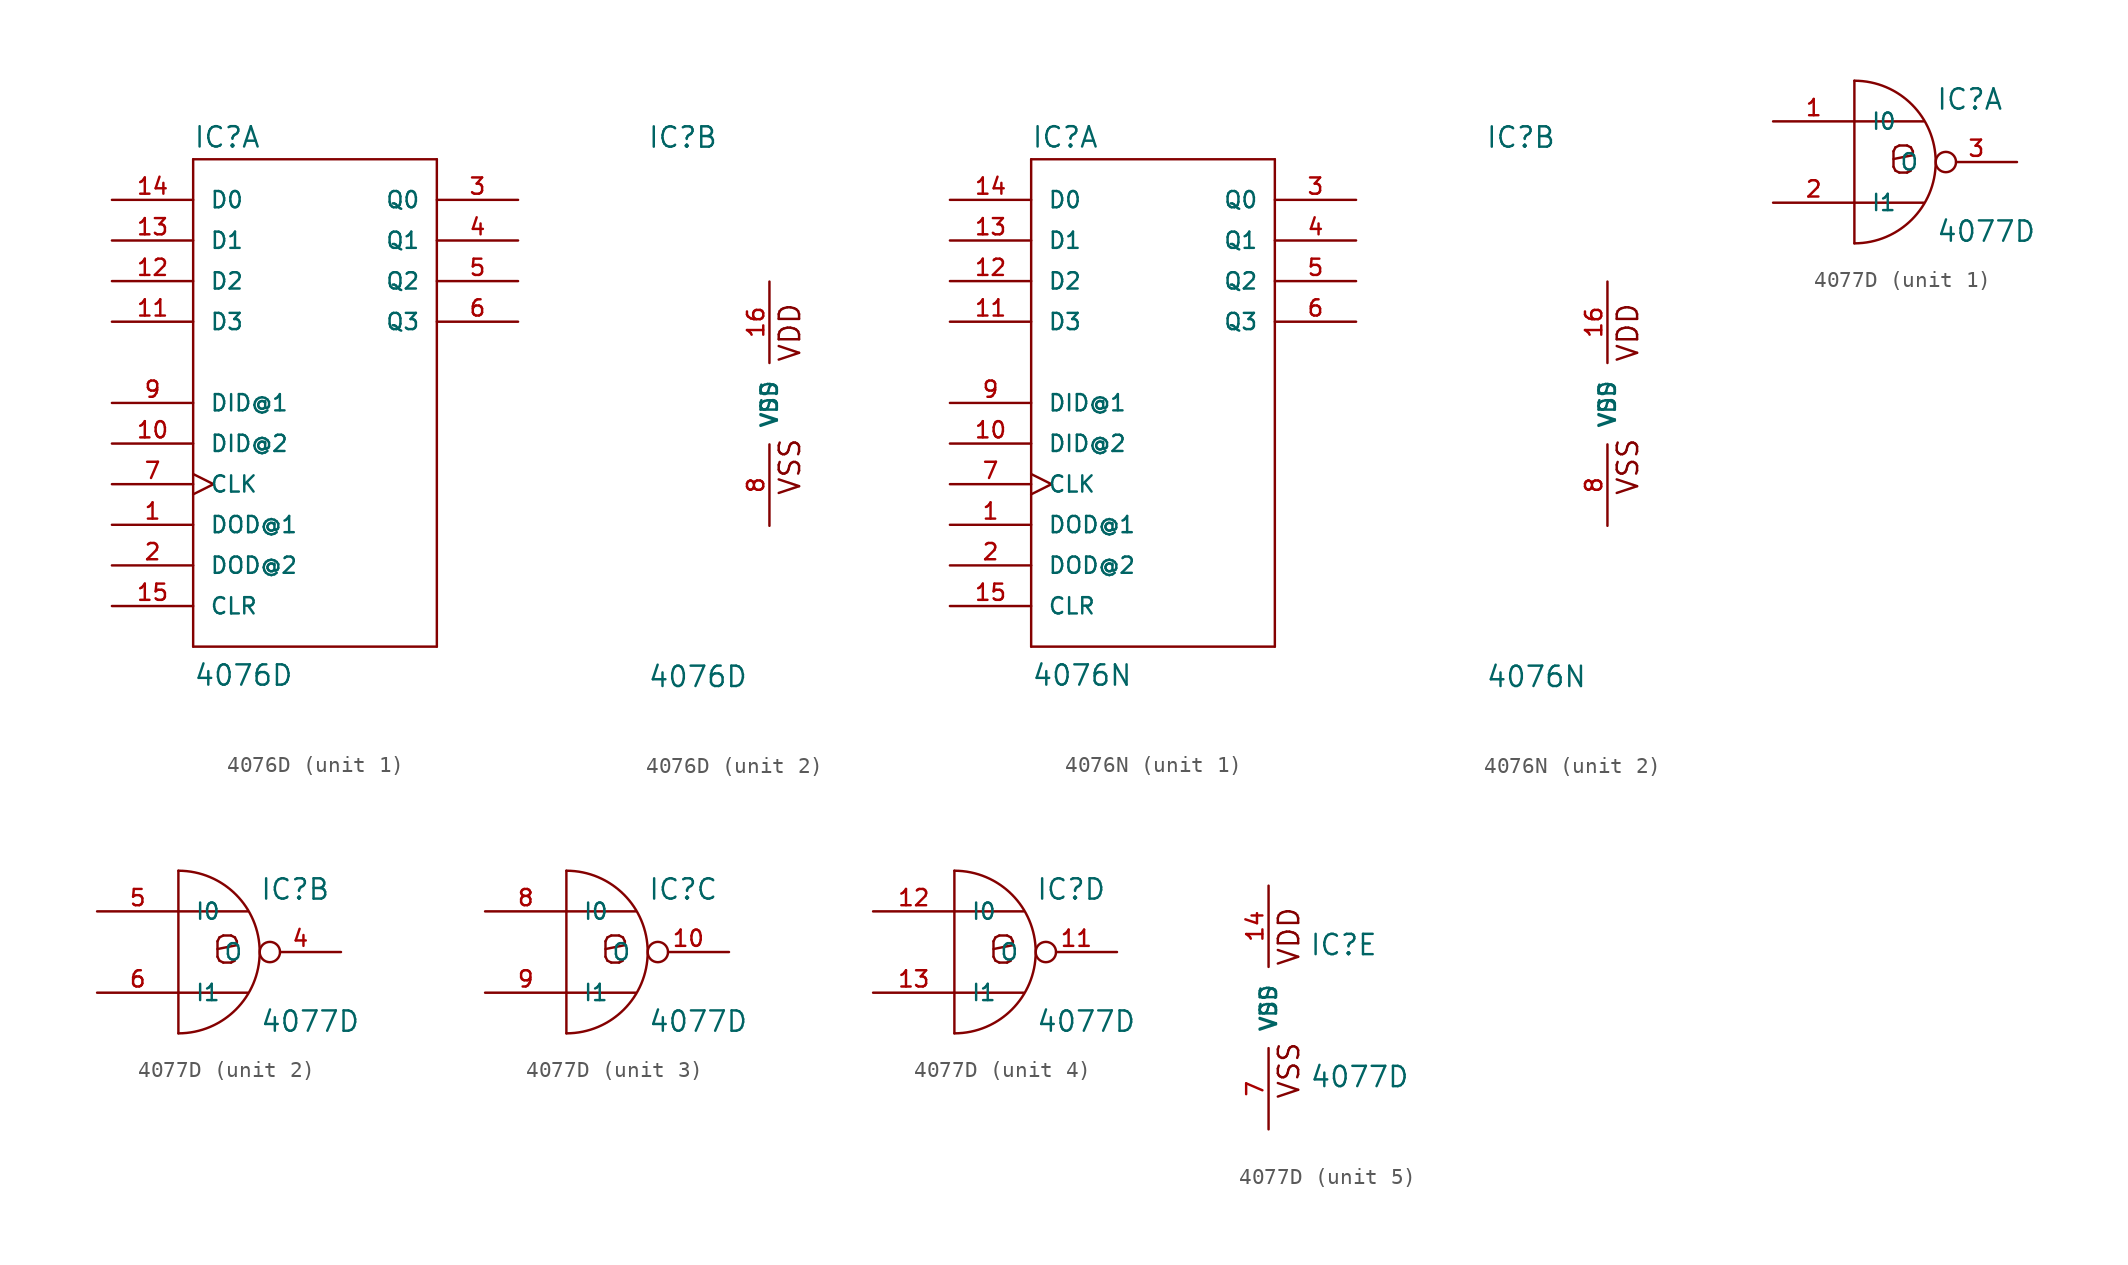
<source format=kicad_sym>
(kicad_symbol_lib
  (version 20211014)
  (generator kicad_symbol_editor)
  (symbol "4076D"
    (pin_names
      (offset 1.016))
    (property "Reference" "IC"
      (at -7.62 15.875 0)
      (effects (font (size 1.27 1.27)) (justify left bottom)))
    (property "Value" "4076D"
      (at -7.62 -17.78 0)
      (effects (font (size 1.27 1.27)) (justify left bottom)))
    (property "ki_locked" ""
      (at 0 0 0)
      (effects (font (size 1.27 1.27))))
    (symbol "4076D_1_0"
      (polyline (pts (xy -7.62 -15.24) (xy 7.62 -15.24)) (stroke (width 0) (type default) (color 0 0 0 0)) (fill (type none)))
      (polyline (pts (xy -7.62 15.24) (xy -7.62 -15.24)) (stroke (width 0) (type default) (color 0 0 0 0)) (fill (type none)))
      (polyline (pts (xy 7.62 -15.24) (xy 7.62 15.24)) (stroke (width 0) (type default) (color 0 0 0 0)) (fill (type none)))
      (polyline (pts (xy 7.62 15.24) (xy -7.62 15.24)) (stroke (width 0) (type default) (color 0 0 0 0)) (fill (type none))))
    (symbol "4076D_1_1"
      (pin input line (at -12.7 -7.62 0) (length 5.08) (name "DOD@1" (effects (font (size 1.016 1.016)))) (number "1" (effects (font (size 1.016 1.016)))))
      (pin input line (at -12.7 -2.54 0) (length 5.08) (name "DID@2" (effects (font (size 1.016 1.016)))) (number "10" (effects (font (size 1.016 1.016)))))
      (pin input line (at -12.7 5.08 0) (length 5.08) (name "D3" (effects (font (size 1.016 1.016)))) (number "11" (effects (font (size 1.016 1.016)))))
      (pin input line (at -12.7 7.62 0) (length 5.08) (name "D2" (effects (font (size 1.016 1.016)))) (number "12" (effects (font (size 1.016 1.016)))))
      (pin input line (at -12.7 10.16 0) (length 5.08) (name "D1" (effects (font (size 1.016 1.016)))) (number "13" (effects (font (size 1.016 1.016)))))
      (pin input line (at -12.7 12.7 0) (length 5.08) (name "D0" (effects (font (size 1.016 1.016)))) (number "14" (effects (font (size 1.016 1.016)))))
      (pin input line (at -12.7 -12.7 0) (length 5.08) (name "CLR" (effects (font (size 1.016 1.016)))) (number "15" (effects (font (size 1.016 1.016)))))
      (pin input line (at -12.7 -10.16 0) (length 5.08) (name "DOD@2" (effects (font (size 1.016 1.016)))) (number "2" (effects (font (size 1.016 1.016)))))
      (pin output line (at 12.7 12.7 180) (length 5.08) (name "Q0" (effects (font (size 1.016 1.016)))) (number "3" (effects (font (size 1.016 1.016)))))
      (pin output line (at 12.7 10.16 180) (length 5.08) (name "Q1" (effects (font (size 1.016 1.016)))) (number "4" (effects (font (size 1.016 1.016)))))
      (pin output line (at 12.7 7.62 180) (length 5.08) (name "Q2" (effects (font (size 1.016 1.016)))) (number "5" (effects (font (size 1.016 1.016)))))
      (pin output line (at 12.7 5.08 180) (length 5.08) (name "Q3" (effects (font (size 1.016 1.016)))) (number "6" (effects (font (size 1.016 1.016)))))
      (pin input clock (at -12.7 -5.08 0) (length 5.08) (name "CLK" (effects (font (size 1.016 1.016)))) (number "7" (effects (font (size 1.016 1.016)))))
      (pin input line (at -12.7 0 0) (length 5.08) (name "DID@1" (effects (font (size 1.016 1.016)))) (number "9" (effects (font (size 1.016 1.016))))))
    (symbol "4076D_2_0"
      (text "VDD" (at 1.27 4.445 1) (effects (font (size 1.27 1.27))))
      (text "VSS" (at 1.27 -3.937 1) (effects (font (size 1.27 1.27)))))
    (symbol "4076D_2_1"
      (pin power_in line (at 0 7.62 270) (length 5.08) (name "VDD" (effects (font (size 1.016 1.016)))) (number "16" (effects (font (size 1.016 1.016)))))
      (pin power_in line (at 0 -7.62 90) (length 5.08) (name "VSS" (effects (font (size 1.016 1.016)))) (number "8" (effects (font (size 1.016 1.016)))))))
  (symbol "4076N"
    (pin_names
      (offset 1.016))
    (property "Reference" "IC"
      (at -7.62 15.875 0)
      (effects (font (size 1.27 1.27)) (justify left bottom)))
    (property "Value" "4076N"
      (at -7.62 -17.78 0)
      (effects (font (size 1.27 1.27)) (justify left bottom)))
    (property "ki_locked" ""
      (at 0 0 0)
      (effects (font (size 1.27 1.27))))
    (symbol "4076N_1_0"
      (polyline (pts (xy -7.62 -15.24) (xy 7.62 -15.24)) (stroke (width 0) (type default) (color 0 0 0 0)) (fill (type none)))
      (polyline (pts (xy -7.62 15.24) (xy -7.62 -15.24)) (stroke (width 0) (type default) (color 0 0 0 0)) (fill (type none)))
      (polyline (pts (xy 7.62 -15.24) (xy 7.62 15.24)) (stroke (width 0) (type default) (color 0 0 0 0)) (fill (type none)))
      (polyline (pts (xy 7.62 15.24) (xy -7.62 15.24)) (stroke (width 0) (type default) (color 0 0 0 0)) (fill (type none))))
    (symbol "4076N_1_1"
      (pin input line (at -12.7 -7.62 0) (length 5.08) (name "DOD@1" (effects (font (size 1.016 1.016)))) (number "1" (effects (font (size 1.016 1.016)))))
      (pin input line (at -12.7 -2.54 0) (length 5.08) (name "DID@2" (effects (font (size 1.016 1.016)))) (number "10" (effects (font (size 1.016 1.016)))))
      (pin input line (at -12.7 5.08 0) (length 5.08) (name "D3" (effects (font (size 1.016 1.016)))) (number "11" (effects (font (size 1.016 1.016)))))
      (pin input line (at -12.7 7.62 0) (length 5.08) (name "D2" (effects (font (size 1.016 1.016)))) (number "12" (effects (font (size 1.016 1.016)))))
      (pin input line (at -12.7 10.16 0) (length 5.08) (name "D1" (effects (font (size 1.016 1.016)))) (number "13" (effects (font (size 1.016 1.016)))))
      (pin input line (at -12.7 12.7 0) (length 5.08) (name "D0" (effects (font (size 1.016 1.016)))) (number "14" (effects (font (size 1.016 1.016)))))
      (pin input line (at -12.7 -12.7 0) (length 5.08) (name "CLR" (effects (font (size 1.016 1.016)))) (number "15" (effects (font (size 1.016 1.016)))))
      (pin input line (at -12.7 -10.16 0) (length 5.08) (name "DOD@2" (effects (font (size 1.016 1.016)))) (number "2" (effects (font (size 1.016 1.016)))))
      (pin output line (at 12.7 12.7 180) (length 5.08) (name "Q0" (effects (font (size 1.016 1.016)))) (number "3" (effects (font (size 1.016 1.016)))))
      (pin output line (at 12.7 10.16 180) (length 5.08) (name "Q1" (effects (font (size 1.016 1.016)))) (number "4" (effects (font (size 1.016 1.016)))))
      (pin output line (at 12.7 7.62 180) (length 5.08) (name "Q2" (effects (font (size 1.016 1.016)))) (number "5" (effects (font (size 1.016 1.016)))))
      (pin output line (at 12.7 5.08 180) (length 5.08) (name "Q3" (effects (font (size 1.016 1.016)))) (number "6" (effects (font (size 1.016 1.016)))))
      (pin input clock (at -12.7 -5.08 0) (length 5.08) (name "CLK" (effects (font (size 1.016 1.016)))) (number "7" (effects (font (size 1.016 1.016)))))
      (pin input line (at -12.7 0 0) (length 5.08) (name "DID@1" (effects (font (size 1.016 1.016)))) (number "9" (effects (font (size 1.016 1.016))))))
    (symbol "4076N_2_0"
      (text "VDD" (at 1.27 4.445 1) (effects (font (size 1.27 1.27))))
      (text "VSS" (at 1.27 -3.937 1) (effects (font (size 1.27 1.27)))))
    (symbol "4076N_2_1"
      (pin power_in line (at 0 7.62 270) (length 5.08) (name "VDD" (effects (font (size 1.016 1.016)))) (number "16" (effects (font (size 1.016 1.016)))))
      (pin power_in line (at 0 -7.62 90) (length 5.08) (name "VSS" (effects (font (size 1.016 1.016)))) (number "8" (effects (font (size 1.016 1.016)))))))
  (symbol "4077D"
    (pin_names
      (offset 1.016))
    (property "Reference" "IC"
      (at 2.54 3.175 0)
      (effects (font (size 1.27 1.27)) (justify left bottom)))
    (property "Value" "4077D"
      (at 2.54 -5.08 0)
      (effects (font (size 1.27 1.27)) (justify left bottom)))
    (property "ki_locked" ""
      (at 0 0 0)
      (effects (font (size 1.27 1.27))))
    (symbol "4077D_1_0"
      (polyline (pts (xy -2.54 5.08) (xy -2.54 -5.08)) (stroke (width 0) (type default) (color 0 0 0 0)) (fill (type none)))
      (polyline (pts (xy 1.778 -2.54) (xy -2.54 -2.54)) (stroke (width 0) (type default) (color 0 0 0 0)) (fill (type none)))
      (polyline (pts (xy 1.778 2.54) (xy -2.54 2.54)) (stroke (width 0) (type default) (color 0 0 0 0)) (fill (type none)))
      (text "e" (at 0.508 0.508 0) (effects (font (size 2.54 2.54)))))
    (symbol "4077D_1_1"
      (arc (start -2.54 -5.08) (mid 2.54 0) (end -2.54 5.08) (stroke (width 0) (type default) (color 0 0 0 0)) (fill (type none)))
      (pin input line (at -7.62 2.54 0) (length 5.08) (name "I0" (effects (font (size 1.016 1.016)))) (number "1" (effects (font (size 1.016 1.016)))))
      (pin input line (at -7.62 -2.54 0) (length 5.08) (name "I1" (effects (font (size 1.016 1.016)))) (number "2" (effects (font (size 1.016 1.016)))))
      (pin output inverted (at 7.62 0 180) (length 5.08) (name "O" (effects (font (size 1.016 1.016)))) (number "3" (effects (font (size 1.016 1.016))))))
    (symbol "4077D_2_0"
      (polyline (pts (xy -2.54 5.08) (xy -2.54 -5.08)) (stroke (width 0) (type default) (color 0 0 0 0)) (fill (type none)))
      (polyline (pts (xy 1.778 -2.54) (xy -2.54 -2.54)) (stroke (width 0) (type default) (color 0 0 0 0)) (fill (type none)))
      (polyline (pts (xy 1.778 2.54) (xy -2.54 2.54)) (stroke (width 0) (type default) (color 0 0 0 0)) (fill (type none)))
      (text "e" (at 0.508 0.508 0) (effects (font (size 2.54 2.54)))))
    (symbol "4077D_2_1"
      (arc (start -2.54 -5.08) (mid 2.54 0) (end -2.54 5.08) (stroke (width 0) (type default) (color 0 0 0 0)) (fill (type none)))
      (pin output inverted (at 7.62 0 180) (length 5.08) (name "O" (effects (font (size 1.016 1.016)))) (number "4" (effects (font (size 1.016 1.016)))))
      (pin input line (at -7.62 2.54 0) (length 5.08) (name "I0" (effects (font (size 1.016 1.016)))) (number "5" (effects (font (size 1.016 1.016)))))
      (pin input line (at -7.62 -2.54 0) (length 5.08) (name "I1" (effects (font (size 1.016 1.016)))) (number "6" (effects (font (size 1.016 1.016))))))
    (symbol "4077D_3_0"
      (polyline (pts (xy -2.54 5.08) (xy -2.54 -5.08)) (stroke (width 0) (type default) (color 0 0 0 0)) (fill (type none)))
      (polyline (pts (xy 1.778 -2.54) (xy -2.54 -2.54)) (stroke (width 0) (type default) (color 0 0 0 0)) (fill (type none)))
      (polyline (pts (xy 1.778 2.54) (xy -2.54 2.54)) (stroke (width 0) (type default) (color 0 0 0 0)) (fill (type none)))
      (text "e" (at 0.508 0.508 0) (effects (font (size 2.54 2.54)))))
    (symbol "4077D_3_1"
      (arc (start -2.54 -5.08) (mid 2.54 0) (end -2.54 5.08) (stroke (width 0) (type default) (color 0 0 0 0)) (fill (type none)))
      (pin output inverted (at 7.62 0 180) (length 5.08) (name "O" (effects (font (size 1.016 1.016)))) (number "10" (effects (font (size 1.016 1.016)))))
      (pin input line (at -7.62 2.54 0) (length 5.08) (name "I0" (effects (font (size 1.016 1.016)))) (number "8" (effects (font (size 1.016 1.016)))))
      (pin input line (at -7.62 -2.54 0) (length 5.08) (name "I1" (effects (font (size 1.016 1.016)))) (number "9" (effects (font (size 1.016 1.016))))))
    (symbol "4077D_4_0"
      (polyline (pts (xy -2.54 5.08) (xy -2.54 -5.08)) (stroke (width 0) (type default) (color 0 0 0 0)) (fill (type none)))
      (polyline (pts (xy 1.778 -2.54) (xy -2.54 -2.54)) (stroke (width 0) (type default) (color 0 0 0 0)) (fill (type none)))
      (polyline (pts (xy 1.778 2.54) (xy -2.54 2.54)) (stroke (width 0) (type default) (color 0 0 0 0)) (fill (type none)))
      (text "e" (at 0.508 0.508 0) (effects (font (size 2.54 2.54)))))
    (symbol "4077D_4_1"
      (arc (start -2.54 -5.08) (mid 2.54 0) (end -2.54 5.08) (stroke (width 0) (type default) (color 0 0 0 0)) (fill (type none)))
      (pin output inverted (at 7.62 0 180) (length 5.08) (name "O" (effects (font (size 1.016 1.016)))) (number "11" (effects (font (size 1.016 1.016)))))
      (pin input line (at -7.62 2.54 0) (length 5.08) (name "I0" (effects (font (size 1.016 1.016)))) (number "12" (effects (font (size 1.016 1.016)))))
      (pin input line (at -7.62 -2.54 0) (length 5.08) (name "I1" (effects (font (size 1.016 1.016)))) (number "13" (effects (font (size 1.016 1.016))))))
    (symbol "4077D_5_0"
      (text "VDD" (at 1.27 4.445 1) (effects (font (size 1.27 1.27))))
      (text "VSS" (at 1.27 -3.937 1) (effects (font (size 1.27 1.27)))))
    (symbol "4077D_5_1"
      (pin power_in line (at 0 7.62 270) (length 5.08) (name "VDD" (effects (font (size 1.016 1.016)))) (number "14" (effects (font (size 1.016 1.016)))))
      (pin power_in line (at 0 -7.62 90) (length 5.08) (name "VSS" (effects (font (size 1.016 1.016)))) (number "7" (effects (font (size 1.016 1.016))))))))
</source>
